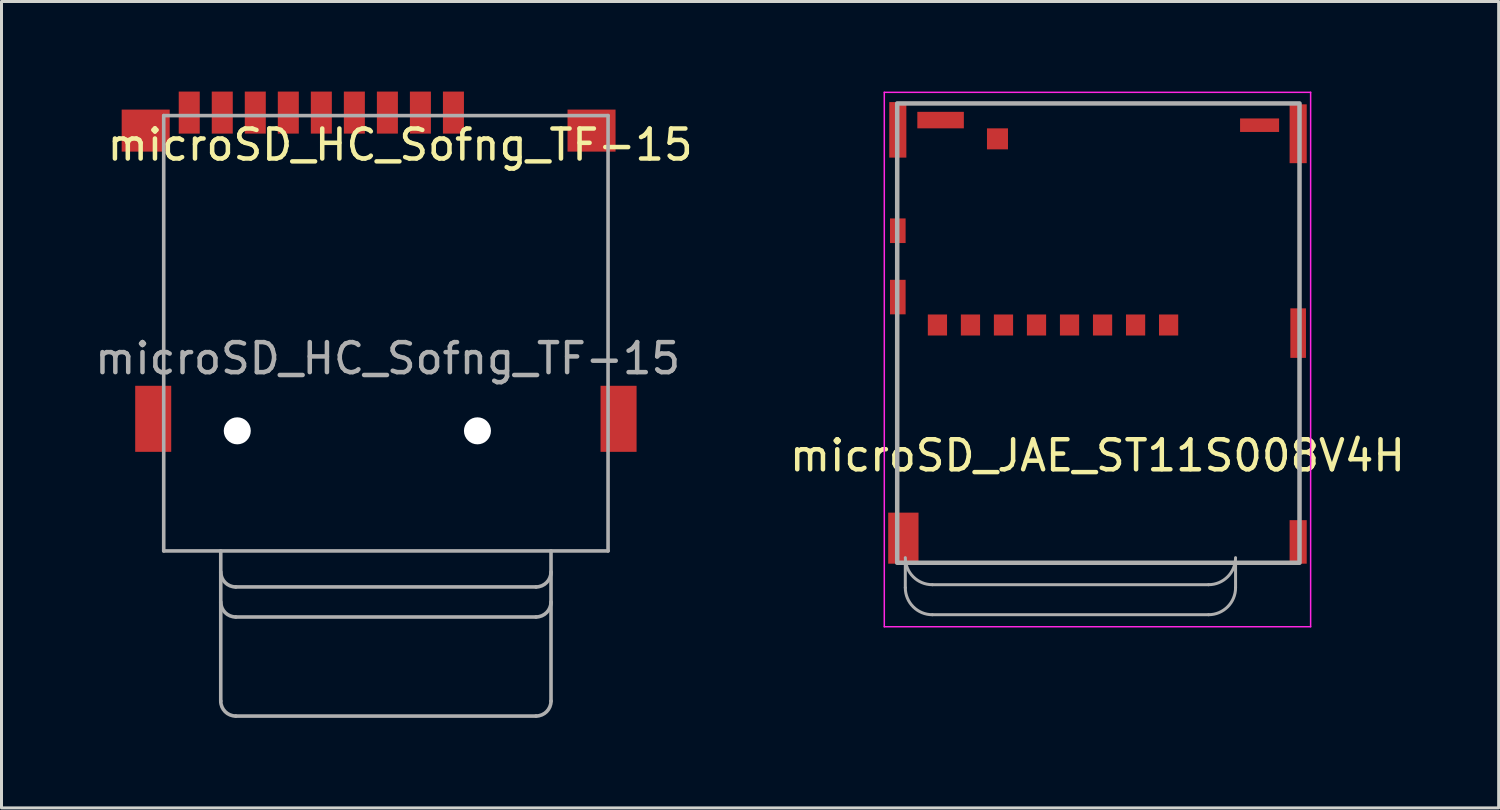
<source format=kicad_pcb>
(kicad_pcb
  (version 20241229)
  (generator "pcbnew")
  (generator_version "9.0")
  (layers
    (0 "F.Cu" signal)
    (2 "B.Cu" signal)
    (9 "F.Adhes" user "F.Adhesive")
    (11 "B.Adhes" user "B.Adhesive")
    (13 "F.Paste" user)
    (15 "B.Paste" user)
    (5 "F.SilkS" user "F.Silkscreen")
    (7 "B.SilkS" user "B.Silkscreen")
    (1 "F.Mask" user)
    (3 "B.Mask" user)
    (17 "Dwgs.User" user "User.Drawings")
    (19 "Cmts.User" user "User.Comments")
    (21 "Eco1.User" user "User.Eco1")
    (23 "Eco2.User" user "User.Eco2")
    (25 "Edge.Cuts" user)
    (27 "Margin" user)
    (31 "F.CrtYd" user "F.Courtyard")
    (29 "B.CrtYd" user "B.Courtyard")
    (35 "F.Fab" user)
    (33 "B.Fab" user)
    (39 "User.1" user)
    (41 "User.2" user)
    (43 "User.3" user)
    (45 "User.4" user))
  (footprint "microSD_JAE_ST11S008V4H"
    (layer "F.Cu")
    (at 33.504 15.725)
    (property "Reference" "microSD_JAE_ST11S008V4H" (at 0 -3.6 0) (unlocked yes) (layer "F.SilkS") (effects (font (size 1 1) (thickness 0.15))))
    (fp_line (start -7.1 -15.7) (end -7.1 2.1) (stroke (width 0.05) (type default)) (layer "F.CrtYd"))
    (fp_line (start -7.1 -15.7) (end 7.1 -15.7) (stroke (width 0.05) (type default)) (layer "F.CrtYd"))
    (fp_line (start -7.1 2.1) (end 7.1 2.1) (stroke (width 0.05) (type default)) (layer "F.CrtYd"))
    (fp_line (start 7.1 -15.7) (end 7.1 2.1) (stroke (width 0.05) (type default)) (layer "F.CrtYd"))
    (fp_line (start -6.4 0) (end -6.4 0.8) (stroke (width 0.1) (type solid)) (layer "F.Fab"))
    (fp_line (start -5.5 0.7) (end 3.7 0.7) (stroke (width 0.1) (type solid)) (layer "F.Fab"))
    (fp_line (start -5.5 1.7) (end 3.7 1.7) (stroke (width 0.1) (type solid)) (layer "F.Fab"))
    (fp_line (start 4.6 0) (end 4.6 0.8) (stroke (width 0.1) (type solid)) (layer "F.Fab"))
    (fp_rect (start -6.67 -15.33) (end 6.73 -0.03) (stroke (width 0.15) (type solid)) (fill no) (layer "F.Fab"))
    (fp_arc (start -5.500002 0.700002) (mid -6.136398 0.436397) (end -6.4 -0.2) (stroke (width 0.1) (type solid)) (layer "F.Fab"))
    (fp_arc (start -5.500002 1.700002) (mid -6.136398 1.436397) (end -6.4 0.8) (stroke (width 0.1) (type solid)) (layer "F.Fab"))
    (fp_arc (start 4.600002 -0.199998) (mid 4.336397 0.436398) (end 3.7 0.7) (stroke (width 0.1) (type solid)) (layer "F.Fab"))
    (fp_arc (start 4.600002 0.800002) (mid 4.336397 1.436398) (end 3.7 1.7) (stroke (width 0.1) (type solid)) (layer "F.Fab"))
    (pad "1" smd rect (at 2.37 -7.95) (size 0.64 0.7) (layers "F.Cu" "F.Mask" "F.Paste"))
    (pad "2" smd rect (at 1.27 -7.95) (size 0.64 0.7) (layers "F.Cu" "F.Mask" "F.Paste"))
    (pad "3" smd rect (at 0.17 -7.95) (size 0.64 0.7) (layers "F.Cu" "F.Mask" "F.Paste"))
    (pad "4" smd rect (at -0.93 -7.95) (size 0.64 0.7) (layers "F.Cu" "F.Mask" "F.Paste"))
    (pad "5" smd rect (at -2.03 -7.95) (size 0.64 0.7) (layers "F.Cu" "F.Mask" "F.Paste"))
    (pad "6" smd rect (at -3.13 -7.95) (size 0.64 0.7) (layers "F.Cu" "F.Mask" "F.Paste"))
    (pad "7" smd rect (at -4.23 -7.95) (size 0.64 0.7) (layers "F.Cu" "F.Mask" "F.Paste"))
    (pad "8" smd rect (at -5.33 -7.95) (size 0.64 0.7) (layers "F.Cu" "F.Mask" "F.Paste"))
    (pad "DSW1" smd rect (at -5.225 -14.775) (size 1.55 0.55) (layers "F.Cu" "F.Mask" "F.Paste"))
    (pad "DSW2" smd rect (at -3.33 -14.15) (size 0.7 0.7) (layers "F.Cu" "F.Mask" "F.Paste"))
    (pad "GND" smd rect (at -6.65 -14.45) (size 0.57 1.85) (layers "F.Cu" "F.Mask" "F.Paste"))
    (pad "GND" smd rect (at -6.65 -11.09) (size 0.52 0.82) (layers "F.Cu" "F.Mask" "F.Paste"))
    (pad "GND" smd rect (at -6.65 -8.88) (size 0.52 1.15) (layers "F.Cu" "F.Mask" "F.Paste"))
    (pad "GND" smd rect (at -6.465 -0.85) (size 1.01 1.7) (layers "F.Cu" "F.Mask" "F.Paste"))
    (pad "GND" smd rect (at 5.4 -14.605) (size 1.3 0.45) (layers "F.Cu" "F.Mask" "F.Paste"))
    (pad "GND" smd rect (at 6.685 -14.32) (size 0.57 1.96) (layers "F.Cu" "F.Mask" "F.Paste"))
    (pad "GND" smd rect (at 6.685 -7.68) (size 0.52 1.65) (layers "F.Cu" "F.Mask" "F.Paste"))
    (pad "GND" smd rect (at 6.685 -0.725) (size 0.57 1.45) (layers "F.Cu" "F.Mask" "F.Paste"))
    (zone (net_name "") (layer "F.Cu") (hatch edge 0.508) (connect_pads) (min_thickness 0.254) (filled_areas_thickness no) (keepout (tracks not_allowed) (vias not_allowed) (pads not_allowed) (copperpour allowed) (footprints allowed)) (placement (enabled no)) (fill) (polygon (pts (xy 28.524 6.525) (xy 27.824 6.525) (xy 27.824 4.125) (xy 28.524 4.125))))
    (zone (net_name "") (layer "F.Cu") (hatch edge 0.508) (connect_pads) (min_thickness 0.254) (filled_areas_thickness no) (keepout (tracks not_allowed) (vias not_allowed) (pads not_allowed) (copperpour allowed) (footprints allowed)) (placement (enabled no)) (fill) (polygon (pts (xy 29.624 6.525) (xy 28.924 6.525) (xy 28.924 4.125) (xy 29.624 4.125))))
    (zone (net_name "") (layer "F.Cu") (hatch edge 0.508) (connect_pads) (min_thickness 0.254) (filled_areas_thickness no) (keepout (tracks not_allowed) (vias not_allowed) (pads not_allowed) (copperpour allowed) (footprints allowed)) (placement (enabled no)) (fill) (polygon (pts (xy 30.724 6.525) (xy 30.024 6.525) (xy 30.024 4.125) (xy 30.724 4.125))))
    (zone (net_name "") (layer "F.Cu") (hatch edge 0.508) (connect_pads) (min_thickness 0.254) (filled_areas_thickness no) (keepout (tracks not_allowed) (vias not_allowed) (pads not_allowed) (copperpour allowed) (footprints allowed)) (placement (enabled no)) (fill) (polygon (pts (xy 31.824 6.525) (xy 31.124 6.525) (xy 31.124 4.125) (xy 31.824 4.125))))
    (zone (net_name "") (layer "F.Cu") (hatch edge 0.508) (connect_pads) (min_thickness 0.254) (filled_areas_thickness no) (keepout (tracks not_allowed) (vias not_allowed) (pads not_allowed) (copperpour allowed) (footprints allowed)) (placement (enabled no)) (fill) (polygon (pts (xy 32.924 6.525) (xy 32.224 6.525) (xy 32.224 4.125) (xy 32.924 4.125))))
    (zone (net_name "") (layer "F.Cu") (hatch edge 0.508) (connect_pads) (min_thickness 0.254) (filled_areas_thickness no) (keepout (tracks not_allowed) (vias not_allowed) (pads not_allowed) (copperpour allowed) (footprints allowed)) (placement (enabled no)) (fill) (polygon (pts (xy 33.404 2.225) (xy 31.854 2.225) (xy 31.854 0.825) (xy 33.404 0.825))))
    (zone (net_name "") (layer "F.Cu") (hatch edge 0.508) (connect_pads) (min_thickness 0.254) (filled_areas_thickness no) (keepout (tracks not_allowed) (vias not_allowed) (pads not_allowed) (copperpour allowed) (footprints allowed)) (placement (enabled no)) (fill) (polygon (pts (xy 34.024 6.525) (xy 33.324 6.525) (xy 33.324 4.125) (xy 34.024 4.125))))
    (zone (net_name "") (layer "F.Cu") (hatch edge 0.508) (connect_pads) (min_thickness 0.254) (filled_areas_thickness no) (keepout (tracks not_allowed) (vias not_allowed) (pads not_allowed) (copperpour allowed) (footprints allowed)) (placement (enabled no)) (fill) (polygon (pts (xy 35.124 6.525) (xy 34.424 6.525) (xy 34.424 4.125) (xy 35.124 4.125))))
    (zone (net_name "") (layer "F.Cu") (hatch edge 0.508) (connect_pads) (min_thickness 0.254) (filled_areas_thickness no) (keepout (tracks not_allowed) (vias not_allowed) (pads not_allowed) (copperpour allowed) (footprints allowed)) (placement (enabled no)) (fill) (polygon (pts (xy 36.224 6.525) (xy 35.524 6.525) (xy 35.524 4.125) (xy 36.224 4.125))))
    (zone (net_name "") (layer "F.Cu") (hatch edge 0.508) (connect_pads) (min_thickness 0.254) (filled_areas_thickness no) (keepout (tracks not_allowed) (vias not_allowed) (pads not_allowed) (copperpour allowed) (footprints allowed)) (placement (enabled no)) (fill) (polygon (pts (xy 36.754 2.405) (xy 34.954 2.405) (xy 34.954 1.005) (xy 36.754 1.005)))))
  (footprint "microSD_HC_Sofng_TF-15"
    (layer "F.Cu")
    (at 9.803 11.3)
    (property "Reference" "microSD_HC_Sofng_TF-15" (at 0.475 -9.525 0) (layer "F.SilkS") (effects (font (size 1 1) (thickness 0.15))))
    (attr smd)
    (fp_line (start -7.4 4) (end -7.4 -10.5) (stroke (width 0.12) (type solid)) (layer "F.Fab"))
    (fp_line (start -5.5 9) (end -5.5 4) (stroke (width 0.12) (type solid)) (layer "F.Fab"))
    (fp_line (start -5 5.2) (end 5 5.2) (stroke (width 0.12) (type solid)) (layer "F.Fab"))
    (fp_line (start -5 6.2) (end 5 6.2) (stroke (width 0.12) (type solid)) (layer "F.Fab"))
    (fp_line (start -5 9.5) (end 5 9.5) (stroke (width 0.12) (type solid)) (layer "F.Fab"))
    (fp_line (start 5.5 9) (end 5.5 4) (stroke (width 0.12) (type solid)) (layer "F.Fab"))
    (fp_line (start 7.4 -10.5) (end -7.4 -10.5) (stroke (width 0.12) (type solid)) (layer "F.Fab"))
    (fp_line (start 7.4 4) (end -7.4 4) (stroke (width 0.12) (type solid)) (layer "F.Fab"))
    (fp_line (start 7.4 4) (end 7.4 -10.5) (stroke (width 0.12) (type solid)) (layer "F.Fab"))
    (fp_arc (start -5 5.2) (mid -5.353553 5.053553) (end -5.5 4.7) (stroke (width 0.12) (type solid)) (layer "F.Fab"))
    (fp_arc (start -5 6.2) (mid -5.353553 6.053553) (end -5.5 5.7) (stroke (width 0.12) (type solid)) (layer "F.Fab"))
    (fp_arc (start -5 9.5) (mid -5.353553 9.353553) (end -5.5 9) (stroke (width 0.12) (type solid)) (layer "F.Fab"))
    (fp_arc (start 5.5 4.7) (mid 5.353553 5.053553) (end 5 5.2) (stroke (width 0.12) (type solid)) (layer "F.Fab"))
    (fp_arc (start 5.5 5.7) (mid 5.353553 6.053553) (end 5 6.2) (stroke (width 0.12) (type solid)) (layer "F.Fab"))
    (fp_arc (start 5.5 9) (mid 5.353553 9.353553) (end 5 9.5) (stroke (width 0.12) (type solid)) (layer "F.Fab"))
    (fp_text user "${REFERENCE}" (at 0.06 -2.41 0) (layer "F.Fab") (effects (font (size 1 1) (thickness 0.15))))
    (pad "" np_thru_hole circle (at -4.95 0) (size 0.9 0.9) (drill 0.9) (layers "*.Cu" "*.Mask"))
    (pad "" np_thru_hole circle (at 3.05 0) (size 0.9 0.9) (drill 0.9) (layers "*.Cu" "*.Mask"))
    (pad "1" smd rect (at 2.25 -10.6) (size 0.7 1.4) (layers "F.Cu" "F.Mask" "F.Paste"))
    (pad "2" smd rect (at 1.15 -10.6) (size 0.7 1.4) (layers "F.Cu" "F.Mask" "F.Paste"))
    (pad "3" smd rect (at 0.05 -10.6) (size 0.7 1.4) (layers "F.Cu" "F.Mask" "F.Paste"))
    (pad "4" smd rect (at -1.05 -10.6) (size 0.7 1.4) (layers "F.Cu" "F.Mask" "F.Paste"))
    (pad "5" smd rect (at -2.15 -10.6) (size 0.7 1.4) (layers "F.Cu" "F.Mask" "F.Paste"))
    (pad "6" smd rect (at -3.25 -10.6) (size 0.7 1.4) (layers "F.Cu" "F.Mask" "F.Paste"))
    (pad "7" smd rect (at -4.35 -10.6) (size 0.7 1.4) (layers "F.Cu" "F.Mask" "F.Paste"))
    (pad "8" smd rect (at -5.45 -10.6) (size 0.7 1.4) (layers "F.Cu" "F.Mask" "F.Paste"))
    (pad "CD" smd rect (at -6.55 -10.6) (size 0.7 1.4) (layers "F.Cu" "F.Mask" "F.Paste"))
    (pad "G" smd rect (at -8 -10) (size 1.6 1.4) (layers "F.Cu" "F.Mask" "F.Paste"))
    (pad "G" smd rect (at -7.75 -0.4) (size 1.2 2.2) (layers "F.Cu" "F.Mask" "F.Paste"))
    (pad "G" smd rect (at 6.85 -10) (size 1.6 1.4) (layers "F.Cu" "F.Mask" "F.Paste"))
    (pad "G" smd rect (at 7.75 -0.4) (size 1.2 2.2) (layers "F.Cu" "F.Mask" "F.Paste")))
  (gr_rect
    (start -3 -3)
    (end 46.867 23.86)
    (stroke (width 0.1) (type default))
    (fill no)
    (layer "Edge.Cuts")))
</source>
